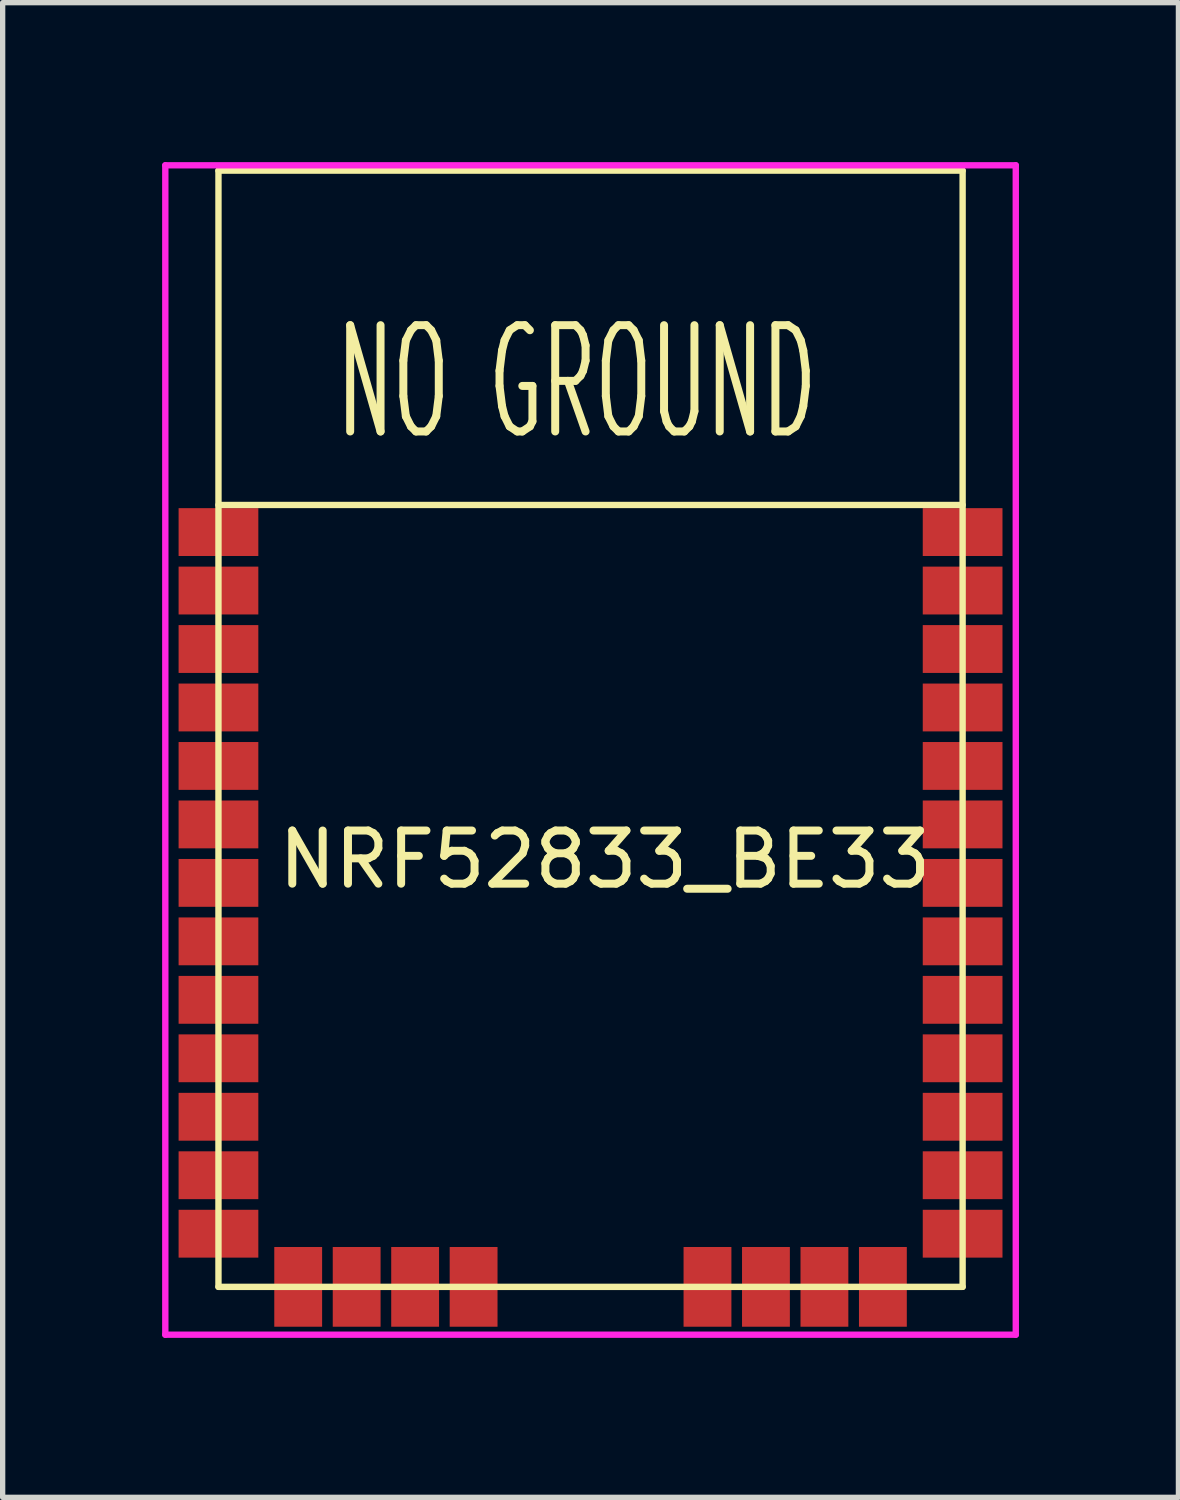
<source format=kicad_pcb>
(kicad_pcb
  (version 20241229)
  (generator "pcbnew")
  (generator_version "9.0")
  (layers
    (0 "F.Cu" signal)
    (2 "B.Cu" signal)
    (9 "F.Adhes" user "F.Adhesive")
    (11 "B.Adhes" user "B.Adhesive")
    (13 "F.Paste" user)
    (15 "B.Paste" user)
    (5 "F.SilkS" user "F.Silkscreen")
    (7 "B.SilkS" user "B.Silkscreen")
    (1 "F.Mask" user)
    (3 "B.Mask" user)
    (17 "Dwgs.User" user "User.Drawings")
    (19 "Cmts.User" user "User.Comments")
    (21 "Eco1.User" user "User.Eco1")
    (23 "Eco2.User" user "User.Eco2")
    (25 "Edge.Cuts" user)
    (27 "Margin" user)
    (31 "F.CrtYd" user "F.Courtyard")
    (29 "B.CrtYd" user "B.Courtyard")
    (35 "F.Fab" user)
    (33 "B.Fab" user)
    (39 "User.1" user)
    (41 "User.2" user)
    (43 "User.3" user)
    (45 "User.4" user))
  (footprint "NRF52833_BE33"
    (layer "F.Cu")
    (at 1.06 8.06)
    (property "Reference" "NRF52833_BE33" (at 7.27 5.06 0) (layer "F.SilkS") (effects (font (size 1 1) (thickness 0.15))))
    (attr through_hole)
    (fp_line (start 0 -7.9) (end 14 -7.9) (stroke (width 0.12) (type solid)) (layer "F.SilkS"))
    (fp_line (start 0 -1.61) (end 14 -1.61) (stroke (width 0.12) (type solid)) (layer "F.SilkS"))
    (fp_line (start 0 13.1) (end 0 -7.9) (stroke (width 0.12) (type solid)) (layer "F.SilkS"))
    (fp_line (start 14 -7.9) (end 14 13.1) (stroke (width 0.12) (type solid)) (layer "F.SilkS"))
    (fp_line (start 14 13.1) (end 0 13.1) (stroke (width 0.12) (type solid)) (layer "F.SilkS"))
    (fp_line (start -1 -8) (end -1 14) (stroke (width 0.12) (type solid)) (layer "F.CrtYd"))
    (fp_line (start -1 14) (end 15 14) (stroke (width 0.12) (type solid)) (layer "F.CrtYd"))
    (fp_line (start 15 -8) (end -1 -8) (stroke (width 0.12) (type solid)) (layer "F.CrtYd"))
    (fp_line (start 15 14) (end 15 -8) (stroke (width 0.12) (type solid)) (layer "F.CrtYd"))
    (fp_text user "NO GROUND" (at 6.74 -3.91 0) (layer "F.SilkS") (effects (font (size 2 1) (thickness 0.15))))
    (pad "1" smd rect (at 0 -1.1) (size 1.5 0.9) (layers "F.Cu" "F.Mask" "F.Paste"))
    (pad "2" smd rect (at 0 0 180) (size 1.5 0.9) (layers "F.Cu" "F.Mask" "F.Paste"))
    (pad "3" smd rect (at 0 1.1 180) (size 1.5 0.9) (layers "F.Cu" "F.Mask" "F.Paste"))
    (pad "4" smd rect (at 0 2.2 180) (size 1.5 0.9) (layers "F.Cu" "F.Mask" "F.Paste"))
    (pad "5" smd rect (at 0 3.3 180) (size 1.5 0.9) (layers "F.Cu" "F.Mask" "F.Paste"))
    (pad "6" smd rect (at 0 4.4 180) (size 1.5 0.9) (layers "F.Cu" "F.Mask" "F.Paste"))
    (pad "7" smd rect (at 0 5.5 180) (size 1.5 0.9) (layers "F.Cu" "F.Mask" "F.Paste"))
    (pad "8" smd rect (at 0 6.6 180) (size 1.5 0.9) (layers "F.Cu" "F.Mask" "F.Paste"))
    (pad "9" smd rect (at 0 7.7 180) (size 1.5 0.9) (layers "F.Cu" "F.Mask" "F.Paste"))
    (pad "10" smd rect (at 0 8.8 180) (size 1.5 0.9) (layers "F.Cu" "F.Mask" "F.Paste"))
    (pad "11" smd rect (at 0 9.9 180) (size 1.5 0.9) (layers "F.Cu" "F.Mask" "F.Paste"))
    (pad "12" smd rect (at 0 11 180) (size 1.5 0.9) (layers "F.Cu" "F.Mask" "F.Paste"))
    (pad "13" smd rect (at 0 12.1 180) (size 1.5 0.9) (layers "F.Cu" "F.Mask" "F.Paste"))
    (pad "14" smd rect (at 1.5 13.1 90) (size 1.5 0.9) (layers "F.Cu" "F.Mask" "F.Paste"))
    (pad "15" smd rect (at 2.6 13.1 90) (size 1.5 0.9) (layers "F.Cu" "F.Mask" "F.Paste"))
    (pad "16" smd rect (at 3.7 13.1 90) (size 1.5 0.9) (layers "F.Cu" "F.Mask" "F.Paste"))
    (pad "17" smd rect (at 4.8 13.1 90) (size 1.5 0.9) (layers "F.Cu" "F.Mask" "F.Paste"))
    (pad "18" smd rect (at 9.2 13.1 90) (size 1.5 0.9) (layers "F.Cu" "F.Mask" "F.Paste"))
    (pad "19" smd rect (at 10.3 13.1 90) (size 1.5 0.9) (layers "F.Cu" "F.Mask" "F.Paste"))
    (pad "20" smd rect (at 11.4 13.1 90) (size 1.5 0.9) (layers "F.Cu" "F.Mask" "F.Paste"))
    (pad "21" smd rect (at 12.5 13.1 90) (size 1.5 0.9) (layers "F.Cu" "F.Mask" "F.Paste"))
    (pad "22" smd rect (at 14 12.1) (size 1.5 0.9) (layers "F.Cu" "F.Mask" "F.Paste"))
    (pad "23" smd rect (at 14 11) (size 1.5 0.9) (layers "F.Cu" "F.Mask" "F.Paste"))
    (pad "24" smd rect (at 14 9.9) (size 1.5 0.9) (layers "F.Cu" "F.Mask" "F.Paste"))
    (pad "25" smd rect (at 14 8.8) (size 1.5 0.9) (layers "F.Cu" "F.Mask" "F.Paste"))
    (pad "26" smd rect (at 14 7.7) (size 1.5 0.9) (layers "F.Cu" "F.Mask" "F.Paste"))
    (pad "27" smd rect (at 14 6.6) (size 1.5 0.9) (layers "F.Cu" "F.Mask" "F.Paste"))
    (pad "28" smd rect (at 14 5.5) (size 1.5 0.9) (layers "F.Cu" "F.Mask" "F.Paste"))
    (pad "29" smd rect (at 14 4.4) (size 1.5 0.9) (layers "F.Cu" "F.Mask" "F.Paste"))
    (pad "30" smd rect (at 14 3.3) (size 1.5 0.9) (layers "F.Cu" "F.Mask" "F.Paste"))
    (pad "31" smd rect (at 14 2.2) (size 1.5 0.9) (layers "F.Cu" "F.Mask" "F.Paste"))
    (pad "32" smd rect (at 14 1.1) (size 1.5 0.9) (layers "F.Cu" "F.Mask" "F.Paste"))
    (pad "33" smd rect (at 14 0) (size 1.5 0.9) (layers "F.Cu" "F.Mask" "F.Paste"))
    (pad "34" smd rect (at 14 -1.1) (size 1.5 0.9) (layers "F.Cu" "F.Mask" "F.Paste")))
  (gr_rect
    (start -3 -3)
    (end 19.12 25.12)
    (stroke (width 0.1) (type default))
    (fill no)
    (layer "Edge.Cuts")))
</source>
